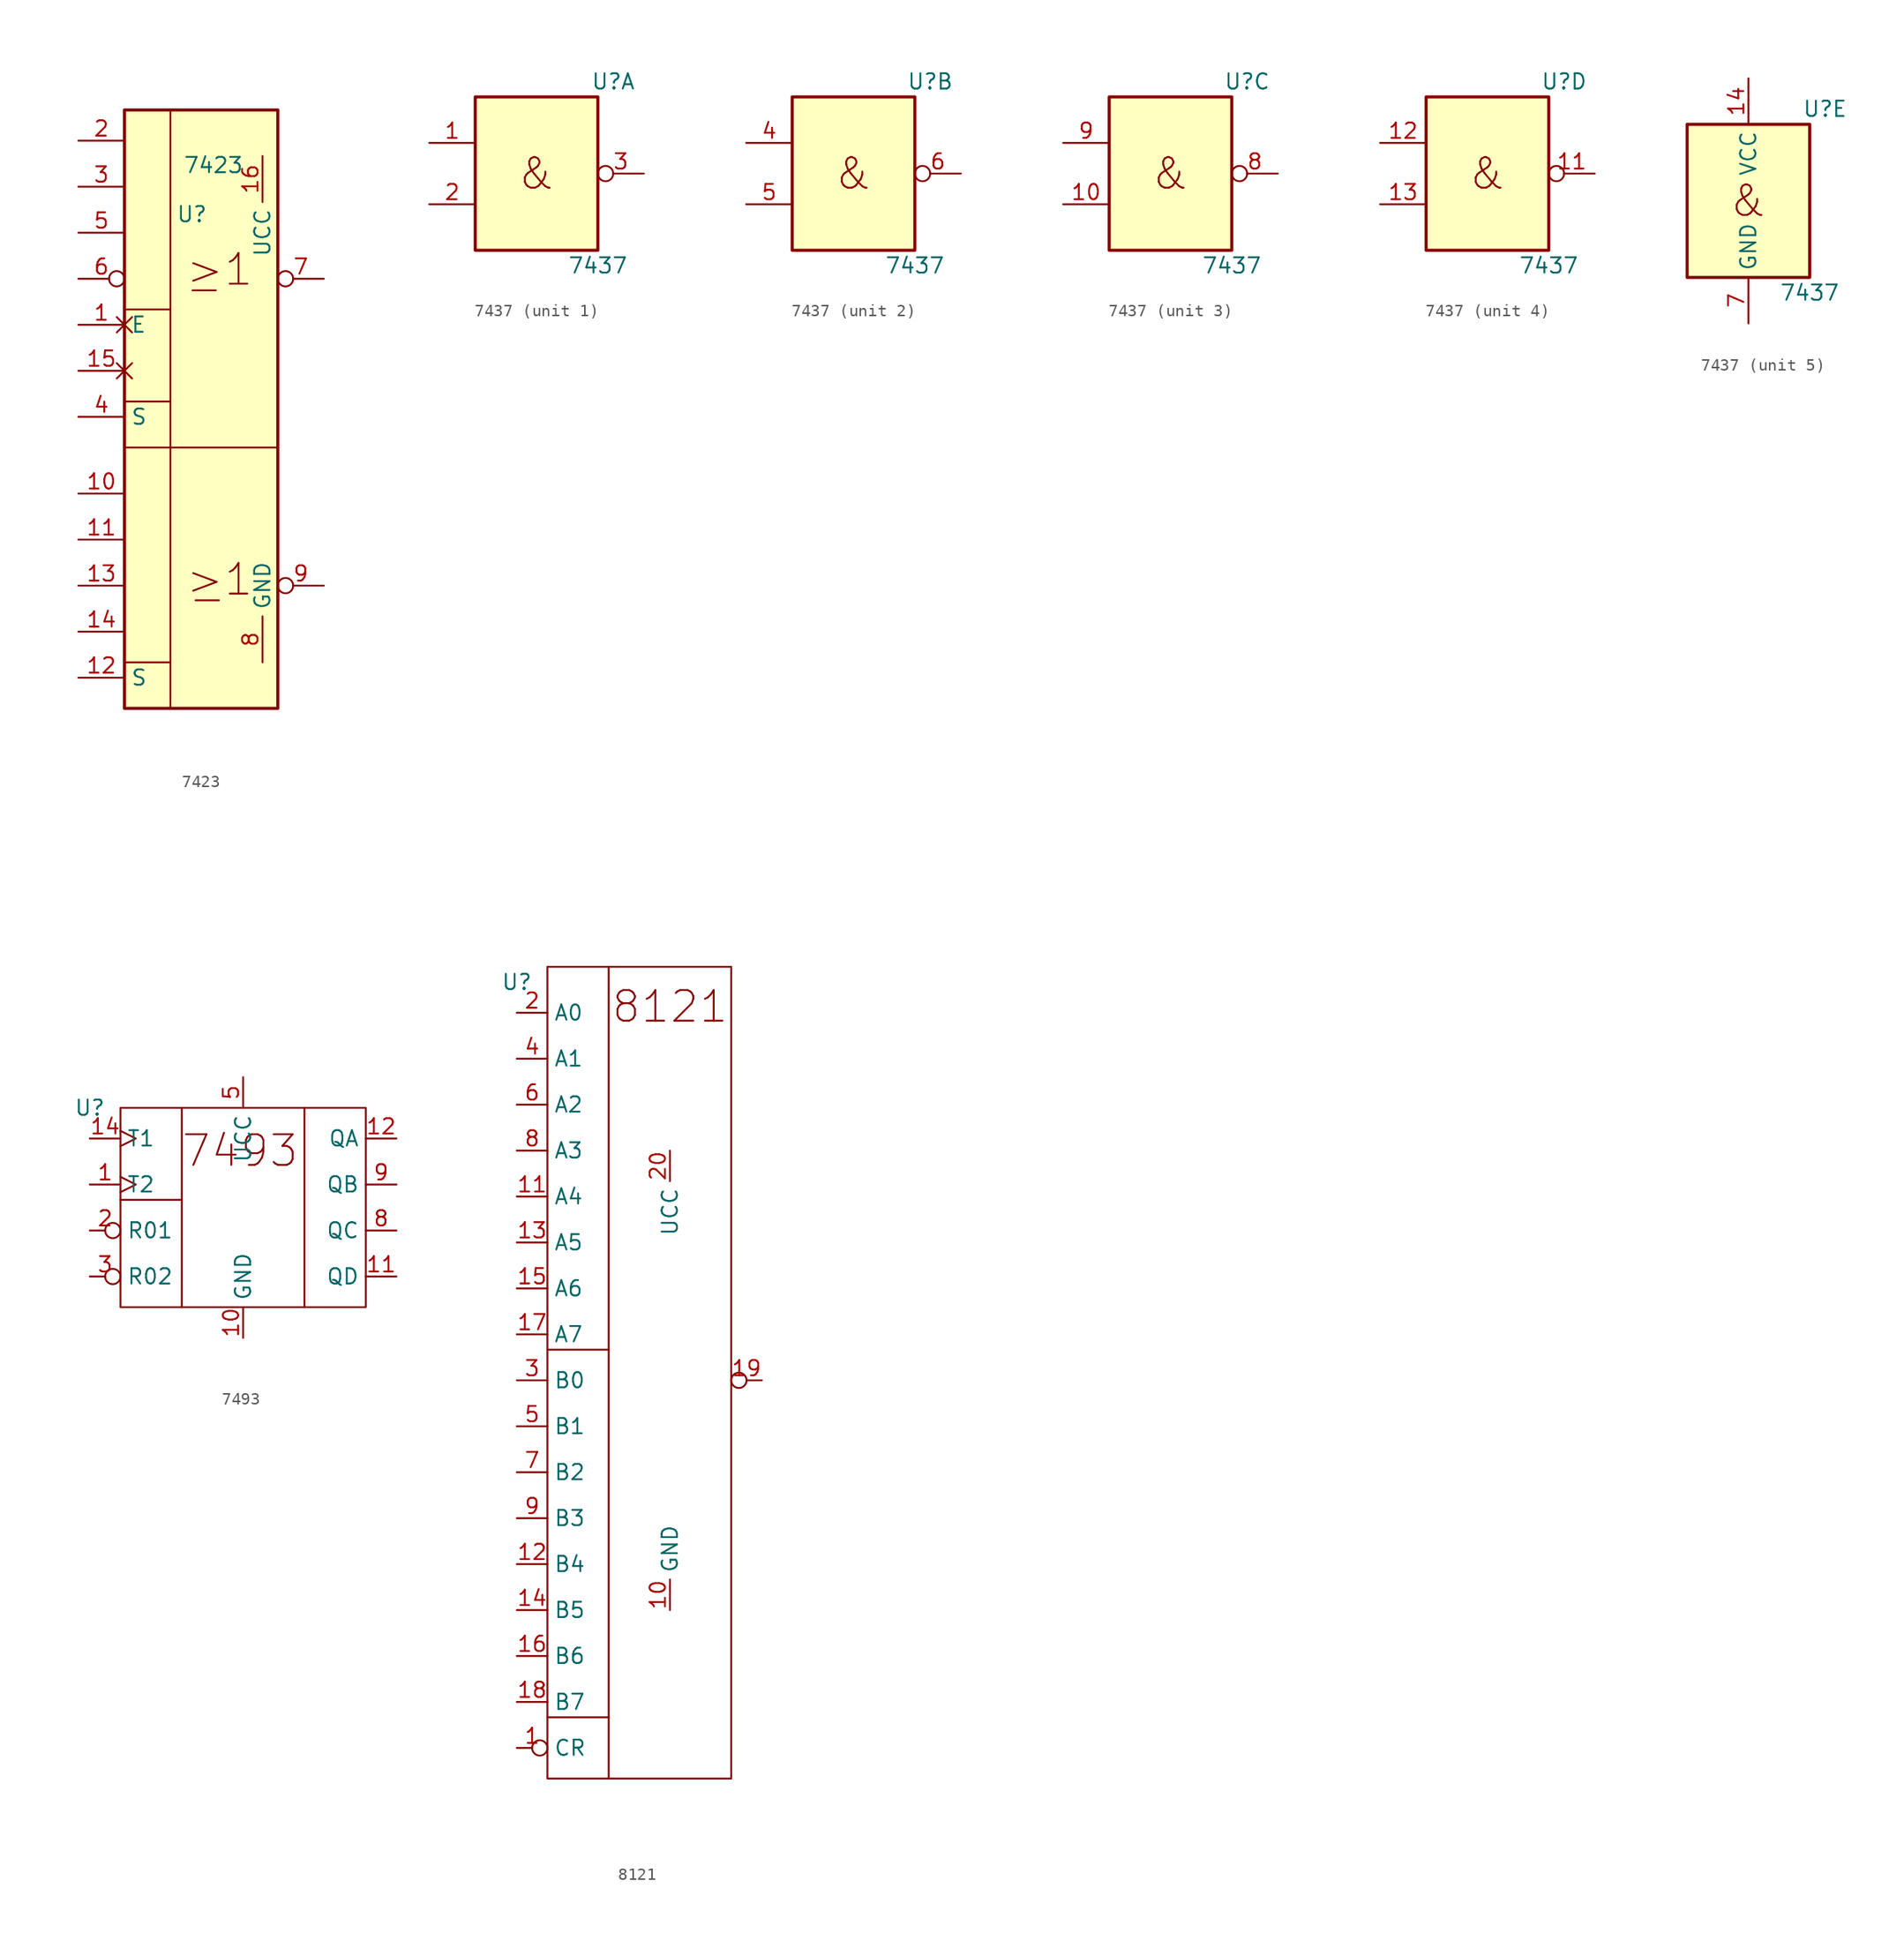
<source format=kicad_sym>
(kicad_symbol_lib
  (version 20231120)
  (generator "kicad_symbol_editor")
  (generator_version "8.0")
  (symbol "7423"
    (property "Reference" "U"
      (at 0.508 -2.286 0)
      (effects (font (size 1.27 1.27))))
    (property "Value" "7423"
      (at 2.286 1.778 0)
      (effects (font (size 1.27 1.27))))
    (symbol "7423_0_1"
      (rectangle (start -5.08 6.35) (end 7.62 -43.18) (stroke (width 0.254) (type default)) (fill (type background)))
      (polyline (pts (xy -5.08 -39.37) (xy -1.27 -39.37)) (stroke (width 0) (type default)) (fill (type none)))
      (polyline (pts (xy -5.08 -21.59) (xy 7.62 -21.59)) (stroke (width 0) (type default)) (fill (type none)))
      (polyline (pts (xy -5.08 -17.78) (xy -1.27 -17.78)) (stroke (width 0) (type default)) (fill (type none)))
      (polyline (pts (xy -5.08 -10.16) (xy -1.27 -10.16)) (stroke (width 0) (type default)) (fill (type none)))
      (polyline (pts (xy -1.27 6.35) (xy -1.27 -43.18)) (stroke (width 0) (type default)) (fill (type none))))
    (symbol "7423_1_1"
      (text "-\n" (at 1.524 -8.382 0) (effects (font (size 2.54 2.54))))
      (text "-\n" (at 1.778 -34.036 0) (effects (font (size 2.54 2.54))))
      (text ">1\n" (at 2.794 -32.512 0) (effects (font (size 2.54 2.54))))
      (text ">1\n" (at 2.794 -6.858 0) (effects (font (size 2.54 2.54))))
      (pin input non_logic (at -8.89 -11.43 0) (length 3.81) (name "E" (effects (font (size 1.27 1.27)))) (number "1" (effects (font (size 1.27 1.27)))))
      (pin input line (at -8.89 -25.4 0) (length 3.81) (name "" (effects (font (size 1.27 1.27)))) (number "10" (effects (font (size 1.27 1.27)))))
      (pin input line (at -8.89 -29.21 0) (length 3.81) (name "" (effects (font (size 1.27 1.27)))) (number "11" (effects (font (size 1.27 1.27)))))
      (pin input line (at -8.89 -40.64 0) (length 3.81) (name "S" (effects (font (size 1.27 1.27)))) (number "12" (effects (font (size 1.27 1.27)))))
      (pin input line (at -8.89 -33.02 0) (length 3.81) (name "" (effects (font (size 1.27 1.27)))) (number "13" (effects (font (size 1.27 1.27)))))
      (pin input line (at -8.89 -36.83 0) (length 3.81) (name "" (effects (font (size 1.27 1.27)))) (number "14" (effects (font (size 1.27 1.27)))))
      (pin input non_logic (at -8.89 -15.24 0) (length 3.81) (name "" (effects (font (size 1.27 1.27)))) (number "15" (effects (font (size 1.27 1.27)))))
      (pin power_in line (at 6.35 2.54 270) (length 3.81) (name "UCC" (effects (font (size 1.27 1.27)))) (number "16" (effects (font (size 1.27 1.27)))))
      (pin input line (at -8.89 3.81 0) (length 3.81) (name "" (effects (font (size 1.27 1.27)))) (number "2" (effects (font (size 1.27 1.27)))))
      (pin input line (at -8.89 0 0) (length 3.81) (name "" (effects (font (size 1.27 1.27)))) (number "3" (effects (font (size 1.27 1.27)))))
      (pin input line (at -8.89 -19.05 0) (length 3.81) (name "S" (effects (font (size 1.27 1.27)))) (number "4" (effects (font (size 1.27 1.27)))))
      (pin input line (at -8.89 -3.81 0) (length 3.81) (name "" (effects (font (size 1.27 1.27)))) (number "5" (effects (font (size 1.27 1.27)))))
      (pin input inverted (at -8.89 -7.62 0) (length 3.81) (name "" (effects (font (size 1.27 1.27)))) (number "6" (effects (font (size 1.27 1.27)))))
      (pin output inverted (at 11.43 -7.62 180) (length 3.81) (name "~" (effects (font (size 1.27 1.27)))) (number "7" (effects (font (size 1.27 1.27)))))
      (pin power_in line (at 6.35 -39.37 90) (length 3.81) (name "GND" (effects (font (size 1.27 1.27)))) (number "8" (effects (font (size 1.27 1.27)))))
      (pin output inverted (at 11.43 -33.02 180) (length 3.81) (name "~" (effects (font (size 1.27 1.27)))) (number "9" (effects (font (size 1.27 1.27)))))))
  (symbol "7437"
    (property "Reference" "U"
      (at 6.35 7.62 0)
      (effects (font (size 1.27 1.27))))
    (property "Value" "7437"
      (at 5.08 -7.62 0)
      (effects (font (size 1.27 1.27))))
    (property "ki_locked" ""
      (at 0 0 0)
      (effects (font (size 1.27 1.27))))
    (symbol "7437_0_0"
      (text "&" (at 0 0 0) (effects (font (size 2.54 2.54)))))
    (symbol "7437_0_1"
      (rectangle (start -5.08 6.35) (end 5.08 -6.35) (stroke (width 0.254) (type default)) (fill (type background))))
    (symbol "7437_1_1"
      (pin input line (at -8.89 2.54 0) (length 3.81) (name "~" (effects (font (size 1.27 1.27)))) (number "1" (effects (font (size 1.27 1.27)))))
      (pin input line (at -8.89 -2.54 0) (length 3.81) (name "~" (effects (font (size 1.27 1.27)))) (number "2" (effects (font (size 1.27 1.27)))))
      (pin output inverted (at 8.89 0 180) (length 3.81) (name "~" (effects (font (size 1.27 1.27)))) (number "3" (effects (font (size 1.27 1.27))))))
    (symbol "7437_2_1"
      (pin input line (at -8.89 2.54 0) (length 3.81) (name "~" (effects (font (size 1.27 1.27)))) (number "4" (effects (font (size 1.27 1.27)))))
      (pin input line (at -8.89 -2.54 0) (length 3.81) (name "~" (effects (font (size 1.27 1.27)))) (number "5" (effects (font (size 1.27 1.27)))))
      (pin output inverted (at 8.89 0 180) (length 3.81) (name "~" (effects (font (size 1.27 1.27)))) (number "6" (effects (font (size 1.27 1.27))))))
    (symbol "7437_3_1"
      (pin input line (at -8.89 -2.54 0) (length 3.81) (name "~" (effects (font (size 1.27 1.27)))) (number "10" (effects (font (size 1.27 1.27)))))
      (pin output inverted (at 8.89 0 180) (length 3.81) (name "~" (effects (font (size 1.27 1.27)))) (number "8" (effects (font (size 1.27 1.27)))))
      (pin input line (at -8.89 2.54 0) (length 3.81) (name "~" (effects (font (size 1.27 1.27)))) (number "9" (effects (font (size 1.27 1.27))))))
    (symbol "7437_4_1"
      (pin output inverted (at 8.89 0 180) (length 3.81) (name "~" (effects (font (size 1.27 1.27)))) (number "11" (effects (font (size 1.27 1.27)))))
      (pin input line (at -8.89 2.54 0) (length 3.81) (name "~" (effects (font (size 1.27 1.27)))) (number "12" (effects (font (size 1.27 1.27)))))
      (pin input line (at -8.89 -2.54 0) (length 3.81) (name "~" (effects (font (size 1.27 1.27)))) (number "13" (effects (font (size 1.27 1.27))))))
    (symbol "7437_5_1"
      (pin power_in line (at 0 10.16 270) (length 3.81) (name "VCC" (effects (font (size 1.27 1.27)))) (number "14" (effects (font (size 1.27 1.27)))))
      (pin power_in line (at 0 -10.16 90) (length 3.81) (name "GND" (effects (font (size 1.27 1.27)))) (number "7" (effects (font (size 1.27 1.27)))))))
  (symbol "7493"
    (property "Reference" "U"
      (at 0 3.81 0)
      (effects (font (size 1.27 1.27))))
    (property "Value" ""
      (at 2.54 6.35 0)
      (effects (font (size 1.27 1.27))))
    (symbol "7493_0_1"
      (polyline (pts (xy 2.54 -3.81) (xy 7.62 -3.81)) (stroke (width 0) (type default)) (fill (type none)))
      (polyline (pts (xy 7.62 3.81) (xy 7.62 -12.7)) (stroke (width 0) (type default)) (fill (type none)))
      (polyline (pts (xy 17.78 3.81) (xy 17.78 -12.7)) (stroke (width 0) (type default)) (fill (type none)))
      (rectangle (start 2.54 3.81) (end 22.86 -12.7) (stroke (width 0) (type default)) (fill (type none))))
    (symbol "7493_1_1"
      (text "7493" (at 12.446 0.254 0) (effects (font (size 2.54 2.54))))
      (pin input clock (at 0 -2.54 0) (length 2.54) (name "T2" (effects (font (size 1.27 1.27)))) (number "1" (effects (font (size 1.27 1.27)))))
      (pin no_connect line (at 22.86 10.16 180) (length 2.54) hide (name "-" (effects (font (size 1.27 1.27)))) (number "10" (effects (font (size 1.27 1.27)))))
      (pin power_in line (at 12.7 -15.24 90) (length 2.54) (name "GND" (effects (font (size 1.27 1.27)))) (number "10" (effects (font (size 1.27 1.27)))))
      (pin output line (at 25.4 -10.16 180) (length 2.54) (name "QD" (effects (font (size 1.27 1.27)))) (number "11" (effects (font (size 1.27 1.27)))))
      (pin output line (at 25.4 1.27 180) (length 2.54) (name "QA" (effects (font (size 1.27 1.27)))) (number "12" (effects (font (size 1.27 1.27)))))
      (pin no_connect line (at 22.86 6.35 180) (length 2.54) hide (name "-" (effects (font (size 1.27 1.27)))) (number "13" (effects (font (size 1.27 1.27)))))
      (pin input clock (at 0 1.27 0) (length 2.54) (name "T1" (effects (font (size 1.27 1.27)))) (number "14" (effects (font (size 1.27 1.27)))))
      (pin input inverted (at 0 -6.35 0) (length 2.54) (name "R01" (effects (font (size 1.27 1.27)))) (number "2" (effects (font (size 1.27 1.27)))))
      (pin input inverted (at 0 -10.16 0) (length 2.54) (name "R02" (effects (font (size 1.27 1.27)))) (number "3" (effects (font (size 1.27 1.27)))))
      (pin no_connect line (at 22.86 21.59 180) (length 2.54) hide (name "-" (effects (font (size 1.27 1.27)))) (number "4" (effects (font (size 1.27 1.27)))))
      (pin power_in line (at 12.7 6.35 270) (length 2.54) (name "UCC" (effects (font (size 1.27 1.27)))) (number "5" (effects (font (size 1.27 1.27)))))
      (pin no_connect line (at 22.86 17.78 180) (length 2.54) hide (name "-" (effects (font (size 1.27 1.27)))) (number "6" (effects (font (size 1.27 1.27)))))
      (pin no_connect line (at 22.86 13.97 180) (length 2.54) hide (name "-" (effects (font (size 1.27 1.27)))) (number "7" (effects (font (size 1.27 1.27)))))
      (pin output line (at 25.4 -6.35 180) (length 2.54) (name "QC" (effects (font (size 1.27 1.27)))) (number "8" (effects (font (size 1.27 1.27)))))
      (pin output line (at 25.4 -2.54 180) (length 2.54) (name "QB" (effects (font (size 1.27 1.27)))) (number "9" (effects (font (size 1.27 1.27)))))))
  (symbol "8121"
    (property "Reference" "U"
      (at 0 2.54 0)
      (effects (font (size 1.27 1.27))))
    (property "Value" ""
      (at 2.54 6.35 0)
      (effects (font (size 1.27 1.27))))
    (symbol "8121_0_1"
      (polyline (pts (xy 2.54 -58.42) (xy 7.62 -58.42)) (stroke (width 0) (type default)) (fill (type none)))
      (polyline (pts (xy 2.54 -27.94) (xy 7.62 -27.94)) (stroke (width 0) (type default)) (fill (type none)))
      (polyline (pts (xy 7.62 3.81) (xy 7.62 -63.5)) (stroke (width 0) (type default)) (fill (type none)))
      (rectangle (start 2.54 3.81) (end 17.78 -63.5) (stroke (width 0) (type default)) (fill (type none))))
    (symbol "8121_1_1"
      (text "8121" (at 12.7 0.508 0) (effects (font (size 2.54 2.54))))
      (pin input inverted (at 0 -60.96 0) (length 2.54) (name "CR" (effects (font (size 1.27 1.27)))) (number "1" (effects (font (size 1.27 1.27)))))
      (pin power_in line (at 12.7 -49.53 90) (length 2.54) (name "GND" (effects (font (size 1.27 1.27)))) (number "10" (effects (font (size 1.27 1.27)))))
      (pin input line (at 0 -15.24 0) (length 2.54) (name "A4" (effects (font (size 1.27 1.27)))) (number "11" (effects (font (size 1.27 1.27)))))
      (pin input line (at 0 -45.72 0) (length 2.54) (name "B4" (effects (font (size 1.27 1.27)))) (number "12" (effects (font (size 1.27 1.27)))))
      (pin input line (at 0 -19.05 0) (length 2.54) (name "A5" (effects (font (size 1.27 1.27)))) (number "13" (effects (font (size 1.27 1.27)))))
      (pin input line (at 0 -49.53 0) (length 2.54) (name "B5" (effects (font (size 1.27 1.27)))) (number "14" (effects (font (size 1.27 1.27)))))
      (pin input line (at 0 -22.86 0) (length 2.54) (name "A6" (effects (font (size 1.27 1.27)))) (number "15" (effects (font (size 1.27 1.27)))))
      (pin input line (at 0 -53.34 0) (length 2.54) (name "B6" (effects (font (size 1.27 1.27)))) (number "16" (effects (font (size 1.27 1.27)))))
      (pin input line (at 0 -26.67 0) (length 2.54) (name "A7" (effects (font (size 1.27 1.27)))) (number "17" (effects (font (size 1.27 1.27)))))
      (pin input line (at 0 -57.15 0) (length 2.54) (name "B7" (effects (font (size 1.27 1.27)))) (number "18" (effects (font (size 1.27 1.27)))))
      (pin output inverted (at 20.32 -30.48 180) (length 2.54) (name "" (effects (font (size 1.27 1.27)))) (number "19" (effects (font (size 1.27 1.27)))))
      (pin input line (at 0 0 0) (length 2.54) (name "A0" (effects (font (size 1.27 1.27)))) (number "2" (effects (font (size 1.27 1.27)))))
      (pin power_in line (at 12.7 -11.43 270) (length 2.54) (name "UCC" (effects (font (size 1.27 1.27)))) (number "20" (effects (font (size 1.27 1.27)))))
      (pin input line (at 0 -30.48 0) (length 2.54) (name "B0" (effects (font (size 1.27 1.27)))) (number "3" (effects (font (size 1.27 1.27)))))
      (pin input line (at 0 -3.81 0) (length 2.54) (name "A1" (effects (font (size 1.27 1.27)))) (number "4" (effects (font (size 1.27 1.27)))))
      (pin input line (at 0 -34.29 0) (length 2.54) (name "B1" (effects (font (size 1.27 1.27)))) (number "5" (effects (font (size 1.27 1.27)))))
      (pin input line (at 0 -7.62 0) (length 2.54) (name "A2" (effects (font (size 1.27 1.27)))) (number "6" (effects (font (size 1.27 1.27)))))
      (pin input line (at 0 -38.1 0) (length 2.54) (name "B2" (effects (font (size 1.27 1.27)))) (number "7" (effects (font (size 1.27 1.27)))))
      (pin input line (at 0 -11.43 0) (length 2.54) (name "A3" (effects (font (size 1.27 1.27)))) (number "8" (effects (font (size 1.27 1.27)))))
      (pin input line (at 0 -41.91 0) (length 2.54) (name "B3" (effects (font (size 1.27 1.27)))) (number "9" (effects (font (size 1.27 1.27))))))))
</source>
